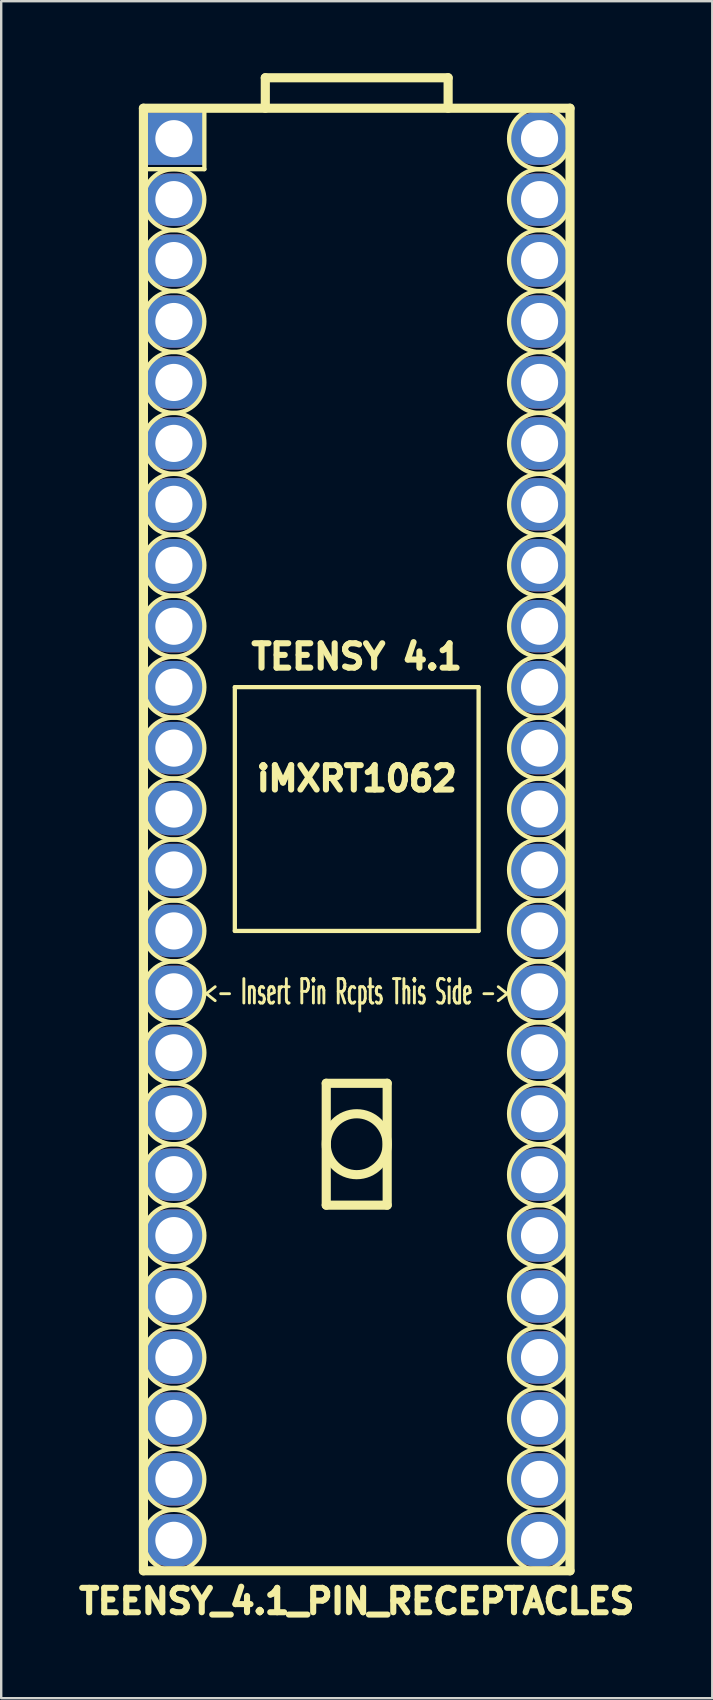
<source format=kicad_pcb>
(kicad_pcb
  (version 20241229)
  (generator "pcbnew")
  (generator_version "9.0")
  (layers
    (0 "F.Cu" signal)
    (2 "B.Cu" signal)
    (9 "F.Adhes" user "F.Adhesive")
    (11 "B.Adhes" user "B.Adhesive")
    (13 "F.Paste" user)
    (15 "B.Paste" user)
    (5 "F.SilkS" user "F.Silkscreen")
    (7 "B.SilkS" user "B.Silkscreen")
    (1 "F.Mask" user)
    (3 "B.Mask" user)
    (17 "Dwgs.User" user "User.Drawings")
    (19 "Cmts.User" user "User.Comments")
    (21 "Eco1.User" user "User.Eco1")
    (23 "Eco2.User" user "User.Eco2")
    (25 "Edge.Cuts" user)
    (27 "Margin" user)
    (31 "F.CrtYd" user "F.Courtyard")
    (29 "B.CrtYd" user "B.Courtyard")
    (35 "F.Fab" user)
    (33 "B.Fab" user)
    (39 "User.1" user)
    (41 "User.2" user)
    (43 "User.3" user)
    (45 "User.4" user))
  (footprint "TEENSY_4.1_PIN_RECEPTACLES"
    (layer "F.Cu")
    (at 11.818 19.241)
    (property "Reference" "TEENSY_4.1_PIN_RECEPTACLES" (at 0 44.45 0) (layer "F.SilkS") (effects (font (size 1.016 1.016) (thickness 0.254))))
    (attr through_hole)
    (fp_line (start -8.89 -17.78) (end -8.89 43.18) (stroke (width 0.381) (type solid)) (layer "F.SilkS"))
    (fp_line (start -8.89 -15.24) (end -6.35 -15.24) (stroke (width 0.178) (type solid)) (layer "F.SilkS"))
    (fp_line (start -8.89 43.18) (end 8.89 43.18) (stroke (width 0.381) (type solid)) (layer "F.SilkS"))
    (fp_line (start -6.35 -15.24) (end -6.35 -17.78) (stroke (width 0.178) (type solid)) (layer "F.SilkS"))
    (fp_line (start -5.08 6.35) (end -5.08 16.51) (stroke (width 0.178) (type solid)) (layer "F.SilkS"))
    (fp_line (start -5.08 16.51) (end 5.08 16.51) (stroke (width 0.178) (type solid)) (layer "F.SilkS"))
    (fp_line (start -3.81 -19.05) (end 3.81 -19.05) (stroke (width 0.381) (type solid)) (layer "F.SilkS"))
    (fp_line (start -3.81 -17.78) (end -3.81 -19.05) (stroke (width 0.381) (type solid)) (layer "F.SilkS"))
    (fp_line (start -1.27 22.86) (end -1.27 27.94) (stroke (width 0.381) (type solid)) (layer "F.SilkS"))
    (fp_line (start -1.27 27.94) (end 1.27 27.94) (stroke (width 0.381) (type solid)) (layer "F.SilkS"))
    (fp_line (start 1.27 22.86) (end -1.27 22.86) (stroke (width 0.381) (type solid)) (layer "F.SilkS"))
    (fp_line (start 1.27 27.94) (end 1.27 22.86) (stroke (width 0.381) (type solid)) (layer "F.SilkS"))
    (fp_line (start 3.81 -19.05) (end 3.81 -17.78) (stroke (width 0.381) (type solid)) (layer "F.SilkS"))
    (fp_line (start 5.08 6.35) (end -5.08 6.35) (stroke (width 0.178) (type solid)) (layer "F.SilkS"))
    (fp_line (start 5.08 16.51) (end 5.08 6.35) (stroke (width 0.178) (type solid)) (layer "F.SilkS"))
    (fp_line (start 8.89 -17.78) (end -8.89 -17.78) (stroke (width 0.381) (type solid)) (layer "F.SilkS"))
    (fp_line (start 8.89 43.18) (end 8.89 -17.78) (stroke (width 0.381) (type solid)) (layer "F.SilkS"))
    (fp_circle (center -7.62 -13.97) (end -6.35 -13.97) (stroke (width 0.178) (type solid)) (fill no) (layer "F.SilkS"))
    (fp_circle (center -7.62 -11.43) (end -6.35 -11.43) (stroke (width 0.178) (type solid)) (fill no) (layer "F.SilkS"))
    (fp_circle (center -7.62 -8.89) (end -6.35 -8.89) (stroke (width 0.178) (type solid)) (fill no) (layer "F.SilkS"))
    (fp_circle (center -7.62 -6.35) (end -6.35 -6.35) (stroke (width 0.178) (type solid)) (fill no) (layer "F.SilkS"))
    (fp_circle (center -7.62 -3.81) (end -6.35 -3.81) (stroke (width 0.178) (type solid)) (fill no) (layer "F.SilkS"))
    (fp_circle (center -7.62 -1.27) (end -6.35 -1.27) (stroke (width 0.178) (type solid)) (fill no) (layer "F.SilkS"))
    (fp_circle (center -7.62 1.27) (end -6.35 1.27) (stroke (width 0.178) (type solid)) (fill no) (layer "F.SilkS"))
    (fp_circle (center -7.62 3.81) (end -6.35 3.81) (stroke (width 0.178) (type solid)) (fill no) (layer "F.SilkS"))
    (fp_circle (center -7.62 6.35) (end -6.35 6.35) (stroke (width 0.178) (type solid)) (fill no) (layer "F.SilkS"))
    (fp_circle (center -7.62 8.89) (end -6.35 8.89) (stroke (width 0.178) (type solid)) (fill no) (layer "F.SilkS"))
    (fp_circle (center -7.62 11.43) (end -6.35 11.43) (stroke (width 0.178) (type solid)) (fill no) (layer "F.SilkS"))
    (fp_circle (center -7.62 13.97) (end -6.35 13.97) (stroke (width 0.178) (type solid)) (fill no) (layer "F.SilkS"))
    (fp_circle (center -7.62 16.51) (end -6.35 16.51) (stroke (width 0.178) (type solid)) (fill no) (layer "F.SilkS"))
    (fp_circle (center -7.62 19.05) (end -6.35 19.05) (stroke (width 0.178) (type solid)) (fill no) (layer "F.SilkS"))
    (fp_circle (center -7.62 21.59) (end -6.35 21.59) (stroke (width 0.178) (type solid)) (fill no) (layer "F.SilkS"))
    (fp_circle (center -7.62 24.13) (end -6.35 24.13) (stroke (width 0.178) (type solid)) (fill no) (layer "F.SilkS"))
    (fp_circle (center -7.62 26.67) (end -6.35 26.67) (stroke (width 0.178) (type solid)) (fill no) (layer "F.SilkS"))
    (fp_circle (center -7.62 29.21) (end -6.35 29.21) (stroke (width 0.178) (type solid)) (fill no) (layer "F.SilkS"))
    (fp_circle (center -7.62 31.75) (end -6.35 31.75) (stroke (width 0.178) (type solid)) (fill no) (layer "F.SilkS"))
    (fp_circle (center -7.62 34.29) (end -6.35 34.29) (stroke (width 0.178) (type solid)) (fill no) (layer "F.SilkS"))
    (fp_circle (center -7.62 36.83) (end -6.35 36.83) (stroke (width 0.178) (type solid)) (fill no) (layer "F.SilkS"))
    (fp_circle (center -7.62 39.37) (end -6.35 39.37) (stroke (width 0.178) (type solid)) (fill no) (layer "F.SilkS"))
    (fp_circle (center -7.62 41.91) (end -6.35 41.91) (stroke (width 0.178) (type solid)) (fill no) (layer "F.SilkS"))
    (fp_circle (center 0 25.4) (end -1.27 25.4) (stroke (width 0.381) (type solid)) (fill no) (layer "F.SilkS"))
    (fp_circle (center 7.62 -16.51) (end 8.89 -16.51) (stroke (width 0.178) (type solid)) (fill no) (layer "F.SilkS"))
    (fp_circle (center 7.62 -13.97) (end 8.89 -13.97) (stroke (width 0.178) (type solid)) (fill no) (layer "F.SilkS"))
    (fp_circle (center 7.62 -11.43) (end 8.89 -11.43) (stroke (width 0.178) (type solid)) (fill no) (layer "F.SilkS"))
    (fp_circle (center 7.62 -8.89) (end 8.89 -8.89) (stroke (width 0.178) (type solid)) (fill no) (layer "F.SilkS"))
    (fp_circle (center 7.62 -6.35) (end 8.89 -6.35) (stroke (width 0.178) (type solid)) (fill no) (layer "F.SilkS"))
    (fp_circle (center 7.62 -3.81) (end 8.89 -3.81) (stroke (width 0.178) (type solid)) (fill no) (layer "F.SilkS"))
    (fp_circle (center 7.62 -1.27) (end 8.89 -1.27) (stroke (width 0.178) (type solid)) (fill no) (layer "F.SilkS"))
    (fp_circle (center 7.62 1.27) (end 8.89 1.27) (stroke (width 0.178) (type solid)) (fill no) (layer "F.SilkS"))
    (fp_circle (center 7.62 3.81) (end 8.89 3.81) (stroke (width 0.178) (type solid)) (fill no) (layer "F.SilkS"))
    (fp_circle (center 7.62 6.35) (end 8.89 6.35) (stroke (width 0.178) (type solid)) (fill no) (layer "F.SilkS"))
    (fp_circle (center 7.62 8.89) (end 8.89 8.89) (stroke (width 0.178) (type solid)) (fill no) (layer "F.SilkS"))
    (fp_circle (center 7.62 11.43) (end 8.89 11.43) (stroke (width 0.178) (type solid)) (fill no) (layer "F.SilkS"))
    (fp_circle (center 7.62 13.97) (end 8.89 13.97) (stroke (width 0.178) (type solid)) (fill no) (layer "F.SilkS"))
    (fp_circle (center 7.62 16.51) (end 8.89 16.51) (stroke (width 0.178) (type solid)) (fill no) (layer "F.SilkS"))
    (fp_circle (center 7.62 19.05) (end 8.89 19.05) (stroke (width 0.178) (type solid)) (fill no) (layer "F.SilkS"))
    (fp_circle (center 7.62 21.59) (end 8.89 21.59) (stroke (width 0.178) (type solid)) (fill no) (layer "F.SilkS"))
    (fp_circle (center 7.62 24.13) (end 8.89 24.13) (stroke (width 0.178) (type solid)) (fill no) (layer "F.SilkS"))
    (fp_circle (center 7.62 26.67) (end 8.89 26.67) (stroke (width 0.178) (type solid)) (fill no) (layer "F.SilkS"))
    (fp_circle (center 7.62 29.21) (end 8.89 29.21) (stroke (width 0.178) (type solid)) (fill no) (layer "F.SilkS"))
    (fp_circle (center 7.62 31.75) (end 8.89 31.75) (stroke (width 0.178) (type solid)) (fill no) (layer "F.SilkS"))
    (fp_circle (center 7.62 34.29) (end 8.89 34.29) (stroke (width 0.178) (type solid)) (fill no) (layer "F.SilkS"))
    (fp_circle (center 7.62 36.83) (end 8.89 36.83) (stroke (width 0.178) (type solid)) (fill no) (layer "F.SilkS"))
    (fp_circle (center 7.62 39.37) (end 8.89 39.37) (stroke (width 0.178) (type solid)) (fill no) (layer "F.SilkS"))
    (fp_circle (center 7.62 41.91) (end 8.89 41.91) (stroke (width 0.178) (type solid)) (fill no) (layer "F.SilkS"))
    (fp_text user "iMXRT1062" (at 0 10.16 0) (layer "F.SilkS") (effects (font (size 1.016 1.016) (thickness 0.254))))
    (fp_text user "TEENSY 4.1" (at 0 5.08 0) (layer "F.SilkS") (effects (font (size 1.016 1.016) (thickness 0.254))))
    (fp_text user "<- Insert Pin Rcpts This Side ->" (at 0 19.05 0) (layer "F.SilkS") (effects (font (size 1.016 0.483) (thickness 0.121))))
    (pad "" thru_hole oval (at 7.62 -13.97) (size 2.54 2.184) (drill 1.549) (layers "*.Cu" "*.Mask"))
    (pad "" thru_hole oval (at 7.62 19.05) (size 2.54 2.184) (drill 1.549) (layers "*.Cu" "*.Mask"))
    (pad "0" thru_hole oval (at -7.62 -13.97) (size 2.54 2.184) (drill 1.549) (layers "*.Cu" "*.Mask"))
    (pad "1" thru_hole oval (at -7.62 -11.43) (size 2.54 2.184) (drill 1.549) (layers "*.Cu" "*.Mask"))
    (pad "2" thru_hole oval (at -7.62 -8.89) (size 2.54 2.184) (drill 1.549) (layers "*.Cu" "*.Mask"))
    (pad "3" thru_hole oval (at -7.62 -6.35) (size 2.54 2.184) (drill 1.549) (layers "*.Cu" "*.Mask"))
    (pad "3V3" thru_hole oval (at -7.62 19.05) (size 2.54 2.184) (drill 1.549) (layers "*.Cu" "*.Mask"))
    (pad "3V3" thru_hole oval (at 7.62 -11.43) (size 2.54 2.184) (drill 1.549) (layers "*.Cu" "*.Mask"))
    (pad "4" thru_hole oval (at -7.62 -3.81) (size 2.54 2.184) (drill 1.549) (layers "*.Cu" "*.Mask"))
    (pad "5" thru_hole oval (at -7.62 -1.27) (size 2.54 2.184) (drill 1.549) (layers "*.Cu" "*.Mask"))
    (pad "6" thru_hole oval (at -7.62 1.27) (size 2.54 2.184) (drill 1.549) (layers "*.Cu" "*.Mask"))
    (pad "7" thru_hole oval (at -7.62 3.81) (size 2.54 2.184) (drill 1.549) (layers "*.Cu" "*.Mask"))
    (pad "8" thru_hole oval (at -7.62 6.35) (size 2.54 2.184) (drill 1.549) (layers "*.Cu" "*.Mask"))
    (pad "9" thru_hole oval (at -7.62 8.89) (size 2.54 2.184) (drill 1.549) (layers "*.Cu" "*.Mask"))
    (pad "10" thru_hole oval (at -7.62 11.43) (size 2.54 2.184) (drill 1.549) (layers "*.Cu" "*.Mask"))
    (pad "11" thru_hole oval (at -7.62 13.97) (size 2.54 2.184) (drill 1.549) (layers "*.Cu" "*.Mask"))
    (pad "12" thru_hole oval (at -7.62 16.51) (size 2.54 2.184) (drill 1.549) (layers "*.Cu" "*.Mask"))
    (pad "13" thru_hole oval (at 7.62 16.51) (size 2.54 2.184) (drill 1.549) (layers "*.Cu" "*.Mask"))
    (pad "14" thru_hole oval (at 7.62 13.97) (size 2.54 2.184) (drill 1.549) (layers "*.Cu" "*.Mask"))
    (pad "15" thru_hole oval (at 7.62 11.43) (size 2.54 2.184) (drill 1.549) (layers "*.Cu" "*.Mask"))
    (pad "16" thru_hole oval (at 7.62 8.89) (size 2.54 2.184) (drill 1.549) (layers "*.Cu" "*.Mask"))
    (pad "17" thru_hole oval (at 7.62 6.35) (size 2.54 2.184) (drill 1.549) (layers "*.Cu" "*.Mask"))
    (pad "18" thru_hole oval (at 7.62 3.81) (size 2.54 2.184) (drill 1.549) (layers "*.Cu" "*.Mask"))
    (pad "19" thru_hole oval (at 7.62 1.27) (size 2.54 2.184) (drill 1.549) (layers "*.Cu" "*.Mask"))
    (pad "20" thru_hole oval (at 7.62 -1.27) (size 2.54 2.184) (drill 1.549) (layers "*.Cu" "*.Mask"))
    (pad "21" thru_hole oval (at 7.62 -3.81) (size 2.54 2.184) (drill 1.549) (layers "*.Cu" "*.Mask"))
    (pad "22" thru_hole oval (at 7.62 -6.35) (size 2.54 2.184) (drill 1.549) (layers "*.Cu" "*.Mask"))
    (pad "23" thru_hole oval (at 7.62 -8.89) (size 2.54 2.184) (drill 1.549) (layers "*.Cu" "*.Mask"))
    (pad "24" thru_hole oval (at -7.62 21.59) (size 2.54 2.184) (drill 1.549) (layers "*.Cu" "*.Mask"))
    (pad "25" thru_hole oval (at -7.62 24.13) (size 2.54 2.184) (drill 1.549) (layers "*.Cu" "*.Mask"))
    (pad "26" thru_hole oval (at -7.62 26.67) (size 2.54 2.184) (drill 1.549) (layers "*.Cu" "*.Mask"))
    (pad "27" thru_hole oval (at -7.62 29.21) (size 2.54 2.184) (drill 1.549) (layers "*.Cu" "*.Mask"))
    (pad "28" thru_hole oval (at -7.62 31.75) (size 2.54 2.184) (drill 1.549) (layers "*.Cu" "*.Mask"))
    (pad "29" thru_hole oval (at -7.62 34.29) (size 2.54 2.184) (drill 1.549) (layers "*.Cu" "*.Mask"))
    (pad "30" thru_hole oval (at -7.62 36.83) (size 2.54 2.184) (drill 1.549) (layers "*.Cu" "*.Mask"))
    (pad "31" thru_hole oval (at -7.62 39.37) (size 2.54 2.184) (drill 1.549) (layers "*.Cu" "*.Mask"))
    (pad "32" thru_hole oval (at -7.62 41.91) (size 2.54 2.184) (drill 1.549) (layers "*.Cu" "*.Mask"))
    (pad "33" thru_hole oval (at 7.62 41.91) (size 2.54 2.184) (drill 1.549) (layers "*.Cu" "*.Mask"))
    (pad "34" thru_hole oval (at 7.62 39.37) (size 2.54 2.184) (drill 1.549) (layers "*.Cu" "*.Mask"))
    (pad "35" thru_hole oval (at 7.62 36.83) (size 2.54 2.184) (drill 1.549) (layers "*.Cu" "*.Mask"))
    (pad "36" thru_hole oval (at 7.62 34.29) (size 2.54 2.184) (drill 1.549) (layers "*.Cu" "*.Mask"))
    (pad "37" thru_hole oval (at 7.62 31.75) (size 2.54 2.184) (drill 1.549) (layers "*.Cu" "*.Mask"))
    (pad "38" thru_hole oval (at 7.62 29.21) (size 2.54 2.184) (drill 1.549) (layers "*.Cu" "*.Mask"))
    (pad "39" thru_hole oval (at 7.62 26.67) (size 2.54 2.184) (drill 1.549) (layers "*.Cu" "*.Mask"))
    (pad "40" thru_hole oval (at 7.62 24.13) (size 2.54 2.184) (drill 1.549) (layers "*.Cu" "*.Mask"))
    (pad "41" thru_hole oval (at 7.62 21.59) (size 2.54 2.184) (drill 1.549) (layers "*.Cu" "*.Mask"))
    (pad "GND" thru_hole rect (at -7.62 -16.51) (size 2.54 2.184) (drill 1.549) (layers "*.Cu" "*.Mask"))
    (pad "V" thru_hole oval (at 7.62 -16.51) (size 2.54 2.184) (drill 1.549) (layers "*.Cu" "*.Mask")))
  (gr_rect
    (start -3 -3)
    (end 26.637 67.731)
    (stroke (width 0.1) (type default))
    (fill no)
    (layer "Edge.Cuts")))
</source>
